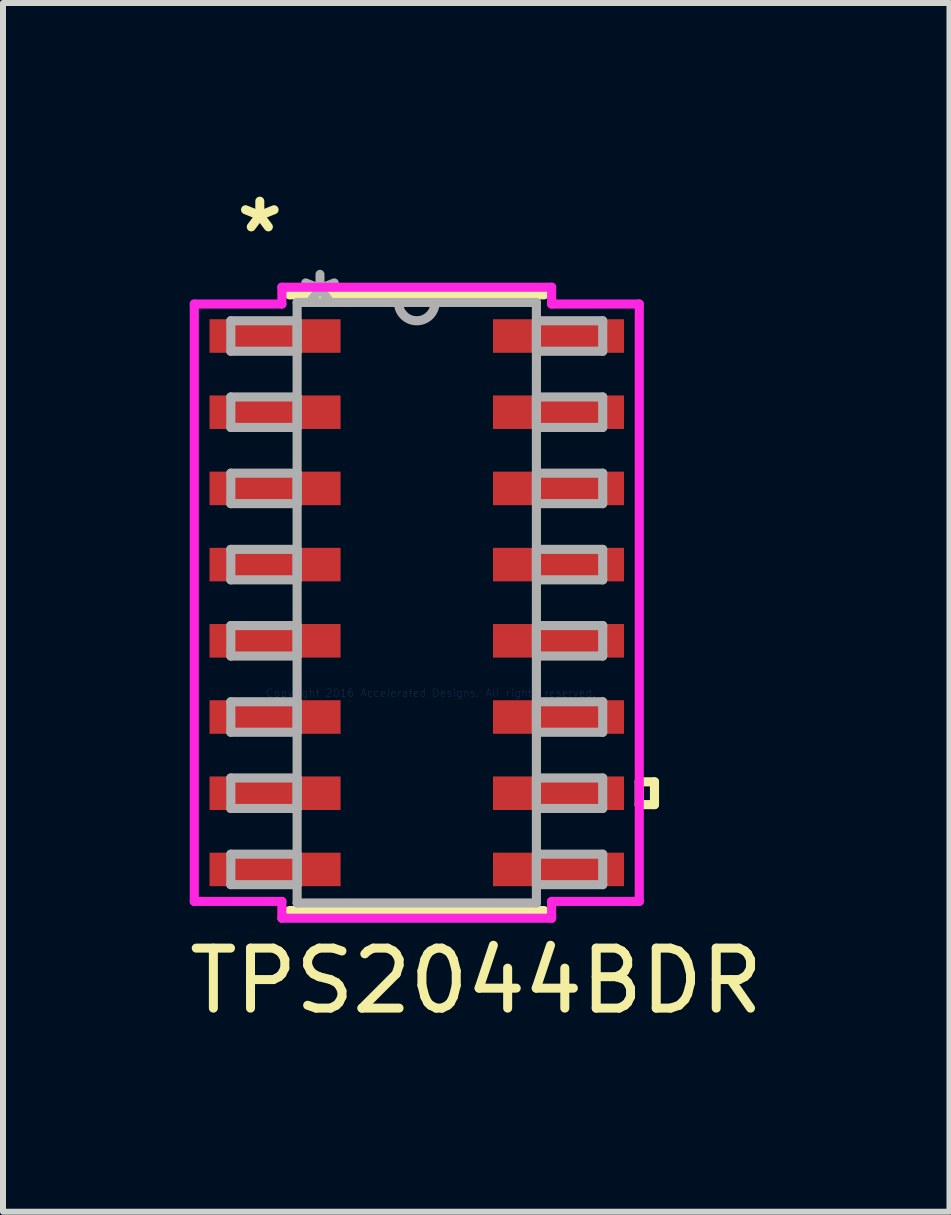
<source format=kicad_pcb>
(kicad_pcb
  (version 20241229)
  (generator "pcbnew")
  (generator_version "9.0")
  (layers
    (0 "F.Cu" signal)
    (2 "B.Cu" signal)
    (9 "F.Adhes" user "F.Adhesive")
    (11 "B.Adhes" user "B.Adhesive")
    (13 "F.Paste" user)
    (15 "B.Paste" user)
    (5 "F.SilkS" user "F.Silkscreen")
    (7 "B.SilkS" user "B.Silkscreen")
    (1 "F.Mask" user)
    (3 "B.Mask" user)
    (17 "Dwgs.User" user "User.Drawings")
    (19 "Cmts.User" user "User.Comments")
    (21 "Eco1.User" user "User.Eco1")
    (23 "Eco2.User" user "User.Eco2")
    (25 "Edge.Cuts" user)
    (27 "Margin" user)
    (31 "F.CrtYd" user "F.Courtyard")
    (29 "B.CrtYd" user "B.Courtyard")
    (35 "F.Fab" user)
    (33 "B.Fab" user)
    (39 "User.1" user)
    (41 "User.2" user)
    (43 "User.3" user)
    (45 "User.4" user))
  (footprint "TPS2044BDR"
    (layer "F.Cu")
    (at 3.896 6.995)
    (property "Reference" "TPS2044BDR" (at 0.991 6.302 0) (layer "F.SilkS") (effects (font (size 1 1) (thickness 0.15))))
    (attr through_hole)
    (fp_line (start -2.121 5.131) (end 2.121 5.131) (stroke (width 0.152) (type solid)) (layer "F.SilkS"))
    (fp_line (start 2.121 -5.131) (end -2.121 -5.131) (stroke (width 0.152) (type solid)) (layer "F.SilkS"))
    (fp_line (start 3.708 2.985) (end 3.962 2.985) (stroke (width 0.152) (type solid)) (layer "F.SilkS"))
    (fp_line (start 3.708 3.365) (end 3.708 2.985) (stroke (width 0.152) (type solid)) (layer "F.SilkS"))
    (fp_line (start 3.962 2.985) (end 3.962 3.365) (stroke (width 0.152) (type solid)) (layer "F.SilkS"))
    (fp_line (start 3.962 3.365) (end 3.708 3.365) (stroke (width 0.152) (type solid)) (layer "F.SilkS"))
    (fp_line (start -3.708 -4.978) (end -2.248 -4.978) (stroke (width 0.152) (type solid)) (layer "F.CrtYd"))
    (fp_line (start -3.708 4.978) (end -3.708 -4.978) (stroke (width 0.152) (type solid)) (layer "F.CrtYd"))
    (fp_line (start -2.248 -5.258) (end 2.248 -5.258) (stroke (width 0.152) (type solid)) (layer "F.CrtYd"))
    (fp_line (start -2.248 -4.978) (end -2.248 -5.258) (stroke (width 0.152) (type solid)) (layer "F.CrtYd"))
    (fp_line (start -2.248 4.978) (end -3.708 4.978) (stroke (width 0.152) (type solid)) (layer "F.CrtYd"))
    (fp_line (start -2.248 5.258) (end -2.248 4.978) (stroke (width 0.152) (type solid)) (layer "F.CrtYd"))
    (fp_line (start 2.248 -5.258) (end 2.248 -4.978) (stroke (width 0.152) (type solid)) (layer "F.CrtYd"))
    (fp_line (start 2.248 -4.978) (end 3.708 -4.978) (stroke (width 0.152) (type solid)) (layer "F.CrtYd"))
    (fp_line (start 2.248 4.978) (end 2.248 5.258) (stroke (width 0.152) (type solid)) (layer "F.CrtYd"))
    (fp_line (start 2.248 5.258) (end -2.248 5.258) (stroke (width 0.152) (type solid)) (layer "F.CrtYd"))
    (fp_line (start 3.708 -4.978) (end 3.708 4.978) (stroke (width 0.152) (type solid)) (layer "F.CrtYd"))
    (fp_line (start 3.708 4.978) (end 2.248 4.978) (stroke (width 0.152) (type solid)) (layer "F.CrtYd"))
    (fp_line (start -3.099 -4.699) (end -3.099 -4.191) (stroke (width 0.152) (type solid)) (layer "F.Fab"))
    (fp_line (start -3.099 -4.191) (end -1.994 -4.191) (stroke (width 0.152) (type solid)) (layer "F.Fab"))
    (fp_line (start -3.099 -3.429) (end -3.099 -2.921) (stroke (width 0.152) (type solid)) (layer "F.Fab"))
    (fp_line (start -3.099 -2.921) (end -1.994 -2.921) (stroke (width 0.152) (type solid)) (layer "F.Fab"))
    (fp_line (start -3.099 -2.159) (end -3.099 -1.651) (stroke (width 0.152) (type solid)) (layer "F.Fab"))
    (fp_line (start -3.099 -1.651) (end -1.994 -1.651) (stroke (width 0.152) (type solid)) (layer "F.Fab"))
    (fp_line (start -3.099 -0.889) (end -3.099 -0.381) (stroke (width 0.152) (type solid)) (layer "F.Fab"))
    (fp_line (start -3.099 -0.381) (end -1.994 -0.381) (stroke (width 0.152) (type solid)) (layer "F.Fab"))
    (fp_line (start -3.099 0.381) (end -3.099 0.889) (stroke (width 0.152) (type solid)) (layer "F.Fab"))
    (fp_line (start -3.099 0.889) (end -1.994 0.889) (stroke (width 0.152) (type solid)) (layer "F.Fab"))
    (fp_line (start -3.099 1.651) (end -3.099 2.159) (stroke (width 0.152) (type solid)) (layer "F.Fab"))
    (fp_line (start -3.099 2.159) (end -1.994 2.159) (stroke (width 0.152) (type solid)) (layer "F.Fab"))
    (fp_line (start -3.099 2.921) (end -3.099 3.429) (stroke (width 0.152) (type solid)) (layer "F.Fab"))
    (fp_line (start -3.099 3.429) (end -1.994 3.429) (stroke (width 0.152) (type solid)) (layer "F.Fab"))
    (fp_line (start -3.099 4.191) (end -3.099 4.699) (stroke (width 0.152) (type solid)) (layer "F.Fab"))
    (fp_line (start -3.099 4.699) (end -1.994 4.699) (stroke (width 0.152) (type solid)) (layer "F.Fab"))
    (fp_line (start -1.994 -5.004) (end -1.994 5.004) (stroke (width 0.152) (type solid)) (layer "F.Fab"))
    (fp_line (start -1.994 -4.699) (end -3.099 -4.699) (stroke (width 0.152) (type solid)) (layer "F.Fab"))
    (fp_line (start -1.994 -4.191) (end -1.994 -4.699) (stroke (width 0.152) (type solid)) (layer "F.Fab"))
    (fp_line (start -1.994 -3.429) (end -3.099 -3.429) (stroke (width 0.152) (type solid)) (layer "F.Fab"))
    (fp_line (start -1.994 -2.921) (end -1.994 -3.429) (stroke (width 0.152) (type solid)) (layer "F.Fab"))
    (fp_line (start -1.994 -2.159) (end -3.099 -2.159) (stroke (width 0.152) (type solid)) (layer "F.Fab"))
    (fp_line (start -1.994 -1.651) (end -1.994 -2.159) (stroke (width 0.152) (type solid)) (layer "F.Fab"))
    (fp_line (start -1.994 -0.889) (end -3.099 -0.889) (stroke (width 0.152) (type solid)) (layer "F.Fab"))
    (fp_line (start -1.994 -0.381) (end -1.994 -0.889) (stroke (width 0.152) (type solid)) (layer "F.Fab"))
    (fp_line (start -1.994 0.381) (end -3.099 0.381) (stroke (width 0.152) (type solid)) (layer "F.Fab"))
    (fp_line (start -1.994 0.889) (end -1.994 0.381) (stroke (width 0.152) (type solid)) (layer "F.Fab"))
    (fp_line (start -1.994 1.651) (end -3.099 1.651) (stroke (width 0.152) (type solid)) (layer "F.Fab"))
    (fp_line (start -1.994 2.159) (end -1.994 1.651) (stroke (width 0.152) (type solid)) (layer "F.Fab"))
    (fp_line (start -1.994 2.921) (end -3.099 2.921) (stroke (width 0.152) (type solid)) (layer "F.Fab"))
    (fp_line (start -1.994 3.429) (end -1.994 2.921) (stroke (width 0.152) (type solid)) (layer "F.Fab"))
    (fp_line (start -1.994 4.191) (end -3.099 4.191) (stroke (width 0.152) (type solid)) (layer "F.Fab"))
    (fp_line (start -1.994 4.699) (end -1.994 4.191) (stroke (width 0.152) (type solid)) (layer "F.Fab"))
    (fp_line (start -1.994 5.004) (end 1.994 5.004) (stroke (width 0.152) (type solid)) (layer "F.Fab"))
    (fp_line (start 1.994 -5.004) (end -1.994 -5.004) (stroke (width 0.152) (type solid)) (layer "F.Fab"))
    (fp_line (start 1.994 -4.699) (end 1.994 -4.191) (stroke (width 0.152) (type solid)) (layer "F.Fab"))
    (fp_line (start 1.994 -4.191) (end 3.099 -4.191) (stroke (width 0.152) (type solid)) (layer "F.Fab"))
    (fp_line (start 1.994 -3.429) (end 1.994 -2.921) (stroke (width 0.152) (type solid)) (layer "F.Fab"))
    (fp_line (start 1.994 -2.921) (end 3.099 -2.921) (stroke (width 0.152) (type solid)) (layer "F.Fab"))
    (fp_line (start 1.994 -2.159) (end 1.994 -1.651) (stroke (width 0.152) (type solid)) (layer "F.Fab"))
    (fp_line (start 1.994 -1.651) (end 3.099 -1.651) (stroke (width 0.152) (type solid)) (layer "F.Fab"))
    (fp_line (start 1.994 -0.889) (end 1.994 -0.381) (stroke (width 0.152) (type solid)) (layer "F.Fab"))
    (fp_line (start 1.994 -0.381) (end 3.099 -0.381) (stroke (width 0.152) (type solid)) (layer "F.Fab"))
    (fp_line (start 1.994 0.381) (end 1.994 0.889) (stroke (width 0.152) (type solid)) (layer "F.Fab"))
    (fp_line (start 1.994 0.889) (end 3.099 0.889) (stroke (width 0.152) (type solid)) (layer "F.Fab"))
    (fp_line (start 1.994 1.651) (end 1.994 2.159) (stroke (width 0.152) (type solid)) (layer "F.Fab"))
    (fp_line (start 1.994 2.159) (end 3.099 2.159) (stroke (width 0.152) (type solid)) (layer "F.Fab"))
    (fp_line (start 1.994 2.921) (end 1.994 3.429) (stroke (width 0.152) (type solid)) (layer "F.Fab"))
    (fp_line (start 1.994 3.429) (end 3.099 3.429) (stroke (width 0.152) (type solid)) (layer "F.Fab"))
    (fp_line (start 1.994 4.191) (end 1.994 4.699) (stroke (width 0.152) (type solid)) (layer "F.Fab"))
    (fp_line (start 1.994 4.699) (end 3.099 4.699) (stroke (width 0.152) (type solid)) (layer "F.Fab"))
    (fp_line (start 1.994 5.004) (end 1.994 -5.004) (stroke (width 0.152) (type solid)) (layer "F.Fab"))
    (fp_line (start 3.099 -4.699) (end 1.994 -4.699) (stroke (width 0.152) (type solid)) (layer "F.Fab"))
    (fp_line (start 3.099 -4.191) (end 3.099 -4.699) (stroke (width 0.152) (type solid)) (layer "F.Fab"))
    (fp_line (start 3.099 -3.429) (end 1.994 -3.429) (stroke (width 0.152) (type solid)) (layer "F.Fab"))
    (fp_line (start 3.099 -2.921) (end 3.099 -3.429) (stroke (width 0.152) (type solid)) (layer "F.Fab"))
    (fp_line (start 3.099 -2.159) (end 1.994 -2.159) (stroke (width 0.152) (type solid)) (layer "F.Fab"))
    (fp_line (start 3.099 -1.651) (end 3.099 -2.159) (stroke (width 0.152) (type solid)) (layer "F.Fab"))
    (fp_line (start 3.099 -0.889) (end 1.994 -0.889) (stroke (width 0.152) (type solid)) (layer "F.Fab"))
    (fp_line (start 3.099 -0.381) (end 3.099 -0.889) (stroke (width 0.152) (type solid)) (layer "F.Fab"))
    (fp_line (start 3.099 0.381) (end 1.994 0.381) (stroke (width 0.152) (type solid)) (layer "F.Fab"))
    (fp_line (start 3.099 0.889) (end 3.099 0.381) (stroke (width 0.152) (type solid)) (layer "F.Fab"))
    (fp_line (start 3.099 1.651) (end 1.994 1.651) (stroke (width 0.152) (type solid)) (layer "F.Fab"))
    (fp_line (start 3.099 2.159) (end 3.099 1.651) (stroke (width 0.152) (type solid)) (layer "F.Fab"))
    (fp_line (start 3.099 2.921) (end 1.994 2.921) (stroke (width 0.152) (type solid)) (layer "F.Fab"))
    (fp_line (start 3.099 3.429) (end 3.099 2.921) (stroke (width 0.152) (type solid)) (layer "F.Fab"))
    (fp_line (start 3.099 4.191) (end 1.994 4.191) (stroke (width 0.152) (type solid)) (layer "F.Fab"))
    (fp_line (start 3.099 4.699) (end 3.099 4.191) (stroke (width 0.152) (type solid)) (layer "F.Fab"))
    (fp_arc (start 0.3048 -5.0038) (mid 0 -4.699) (end -0.3048 -5.0038) (stroke (width 0.1524) (type solid)) (layer "F.Fab"))
    (fp_text user "*" (at -2.616 -6.147 0) (layer "F.SilkS") (effects (font (size 1 1) (thickness 0.15))))
    (fp_text user "Copyright 2016 Accelerated Designs. All rights reserved." (at 0.234 1.504 0) (layer "Cmts.User") (effects (font (size 0.127 0.127) (thickness 0.002))))
    (fp_text user "*" (at -1.613 -4.928 0) (layer "F.Fab") (effects (font (size 1 1) (thickness 0.15))))
    (pad "1" smd rect (at -2.362 -4.445) (size 2.184 0.559) (layers "F.Cu" "F.Mask" "F.Paste"))
    (pad "2" smd rect (at -2.362 -3.175) (size 2.184 0.559) (layers "F.Cu" "F.Mask" "F.Paste"))
    (pad "3" smd rect (at -2.362 -1.905) (size 2.184 0.559) (layers "F.Cu" "F.Mask" "F.Paste"))
    (pad "4" smd rect (at -2.362 -0.635) (size 2.184 0.559) (layers "F.Cu" "F.Mask" "F.Paste"))
    (pad "5" smd rect (at -2.362 0.635) (size 2.184 0.559) (layers "F.Cu" "F.Mask" "F.Paste"))
    (pad "6" smd rect (at -2.362 1.905) (size 2.184 0.559) (layers "F.Cu" "F.Mask" "F.Paste"))
    (pad "7" smd rect (at -2.362 3.175) (size 2.184 0.559) (layers "F.Cu" "F.Mask" "F.Paste"))
    (pad "8" smd rect (at -2.362 4.445) (size 2.184 0.559) (layers "F.Cu" "F.Mask" "F.Paste"))
    (pad "9" smd rect (at 2.362 4.445) (size 2.184 0.559) (layers "F.Cu" "F.Mask" "F.Paste"))
    (pad "10" smd rect (at 2.362 3.175) (size 2.184 0.559) (layers "F.Cu" "F.Mask" "F.Paste"))
    (pad "11" smd rect (at 2.362 1.905) (size 2.184 0.559) (layers "F.Cu" "F.Mask" "F.Paste"))
    (pad "12" smd rect (at 2.362 0.635) (size 2.184 0.559) (layers "F.Cu" "F.Mask" "F.Paste"))
    (pad "13" smd rect (at 2.362 -0.635) (size 2.184 0.559) (layers "F.Cu" "F.Mask" "F.Paste"))
    (pad "14" smd rect (at 2.362 -1.905) (size 2.184 0.559) (layers "F.Cu" "F.Mask" "F.Paste"))
    (pad "15" smd rect (at 2.362 -3.175) (size 2.184 0.559) (layers "F.Cu" "F.Mask" "F.Paste"))
    (pad "16" smd rect (at 2.362 -4.445) (size 2.184 0.559) (layers "F.Cu" "F.Mask" "F.Paste")))
  (gr_rect
    (start -3 -3)
    (end 12.774 17.145)
    (stroke (width 0.1) (type default))
    (fill no)
    (layer "Edge.Cuts")))
</source>
